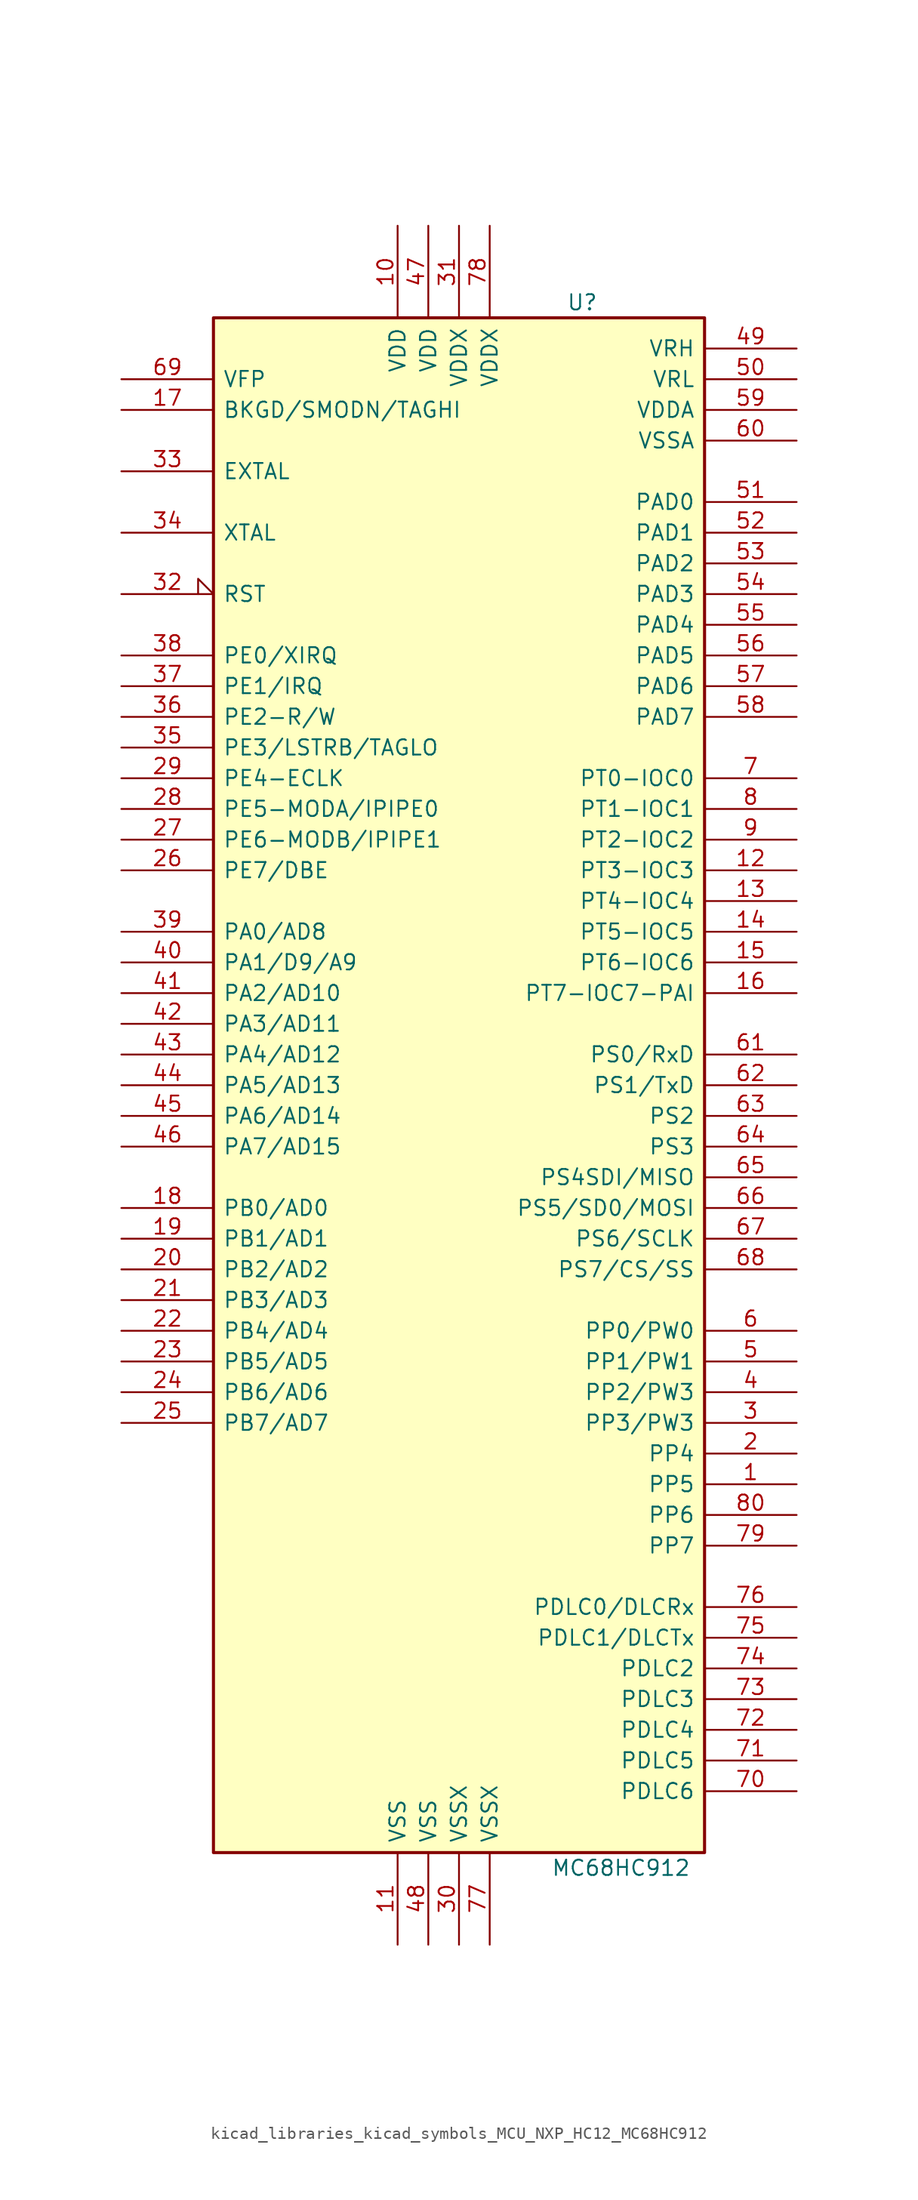
<source format=kicad_sym>
(kicad_symbol_lib
  (version 20220914)
  (generator kicad_symbol_editor)
  (symbol "kicad_libraries_kicad_symbols_MCU_NXP_HC12_MC68HC912"
    (pin_names
      (offset 0.762))
    (property "Reference" "U"
      (at 8.89 67.31 0)
      (effects (font (size 1.27 1.27)) (justify left)))
    (property "Value" "MC68HC912"
      (at 7.62 -62.23 0)
      (effects (font (size 1.27 1.27)) (justify left)))
    (symbol "kicad_libraries_kicad_symbols_MCU_NXP_HC12_MC68HC912_0_1"
      (rectangle (start -20.32 -60.96) (end 20.32 66.04) (stroke (width 0.254) (type default)) (fill (type background))))
    (symbol "kicad_libraries_kicad_symbols_MCU_NXP_HC12_MC68HC912_1_1"
      (pin bidirectional line (at 27.94 -30.48 180) (length 7.62) (name "PP5" (effects (font (size 1.27 1.27)))) (number "1" (effects (font (size 1.27 1.27)))))
      (pin power_in line (at -5.08 73.66 270) (length 7.62) (name "VDD" (effects (font (size 1.27 1.27)))) (number "10" (effects (font (size 1.27 1.27)))))
      (pin power_in line (at -5.08 -68.58 90) (length 7.62) (name "VSS" (effects (font (size 1.27 1.27)))) (number "11" (effects (font (size 1.27 1.27)))))
      (pin bidirectional line (at 27.94 20.32 180) (length 7.62) (name "PT3-IOC3" (effects (font (size 1.27 1.27)))) (number "12" (effects (font (size 1.27 1.27)))))
      (pin bidirectional line (at 27.94 17.78 180) (length 7.62) (name "PT4-IOC4" (effects (font (size 1.27 1.27)))) (number "13" (effects (font (size 1.27 1.27)))))
      (pin bidirectional line (at 27.94 15.24 180) (length 7.62) (name "PT5-IOC5" (effects (font (size 1.27 1.27)))) (number "14" (effects (font (size 1.27 1.27)))))
      (pin bidirectional line (at 27.94 12.7 180) (length 7.62) (name "PT6-IOC6" (effects (font (size 1.27 1.27)))) (number "15" (effects (font (size 1.27 1.27)))))
      (pin bidirectional line (at 27.94 10.16 180) (length 7.62) (name "PT7-IOC7-PAI" (effects (font (size 1.27 1.27)))) (number "16" (effects (font (size 1.27 1.27)))))
      (pin bidirectional line (at -27.94 58.42 0) (length 7.62) (name "BKGD/SMODN/TAGHI" (effects (font (size 1.27 1.27)))) (number "17" (effects (font (size 1.27 1.27)))))
      (pin bidirectional line (at -27.94 -7.62 0) (length 7.62) (name "PB0/AD0" (effects (font (size 1.27 1.27)))) (number "18" (effects (font (size 1.27 1.27)))))
      (pin bidirectional line (at -27.94 -10.16 0) (length 7.62) (name "PB1/AD1" (effects (font (size 1.27 1.27)))) (number "19" (effects (font (size 1.27 1.27)))))
      (pin bidirectional line (at 27.94 -27.94 180) (length 7.62) (name "PP4" (effects (font (size 1.27 1.27)))) (number "2" (effects (font (size 1.27 1.27)))))
      (pin bidirectional line (at -27.94 -12.7 0) (length 7.62) (name "PB2/AD2" (effects (font (size 1.27 1.27)))) (number "20" (effects (font (size 1.27 1.27)))))
      (pin bidirectional line (at -27.94 -15.24 0) (length 7.62) (name "PB3/AD3" (effects (font (size 1.27 1.27)))) (number "21" (effects (font (size 1.27 1.27)))))
      (pin bidirectional line (at -27.94 -17.78 0) (length 7.62) (name "PB4/AD4" (effects (font (size 1.27 1.27)))) (number "22" (effects (font (size 1.27 1.27)))))
      (pin bidirectional line (at -27.94 -20.32 0) (length 7.62) (name "PB5/AD5" (effects (font (size 1.27 1.27)))) (number "23" (effects (font (size 1.27 1.27)))))
      (pin bidirectional line (at -27.94 -22.86 0) (length 7.62) (name "PB6/AD6" (effects (font (size 1.27 1.27)))) (number "24" (effects (font (size 1.27 1.27)))))
      (pin bidirectional line (at -27.94 -25.4 0) (length 7.62) (name "PB7/AD7" (effects (font (size 1.27 1.27)))) (number "25" (effects (font (size 1.27 1.27)))))
      (pin bidirectional line (at -27.94 20.32 0) (length 7.62) (name "PE7/DBE" (effects (font (size 1.27 1.27)))) (number "26" (effects (font (size 1.27 1.27)))))
      (pin bidirectional line (at -27.94 22.86 0) (length 7.62) (name "PE6-MODB/IPIPE1" (effects (font (size 1.27 1.27)))) (number "27" (effects (font (size 1.27 1.27)))))
      (pin bidirectional line (at -27.94 25.4 0) (length 7.62) (name "PE5-MODA/IPIPE0" (effects (font (size 1.27 1.27)))) (number "28" (effects (font (size 1.27 1.27)))))
      (pin bidirectional line (at -27.94 27.94 0) (length 7.62) (name "PE4-ECLK" (effects (font (size 1.27 1.27)))) (number "29" (effects (font (size 1.27 1.27)))))
      (pin bidirectional line (at 27.94 -25.4 180) (length 7.62) (name "PP3/PW3" (effects (font (size 1.27 1.27)))) (number "3" (effects (font (size 1.27 1.27)))))
      (pin power_in line (at 0 -68.58 90) (length 7.62) (name "VSSX" (effects (font (size 1.27 1.27)))) (number "30" (effects (font (size 1.27 1.27)))))
      (pin power_in line (at 0 73.66 270) (length 7.62) (name "VDDX" (effects (font (size 1.27 1.27)))) (number "31" (effects (font (size 1.27 1.27)))))
      (pin bidirectional input_low (at -27.94 43.18 0) (length 7.62) (name "RST" (effects (font (size 1.27 1.27)))) (number "32" (effects (font (size 1.27 1.27)))))
      (pin input line (at -27.94 53.34 0) (length 7.62) (name "EXTAL" (effects (font (size 1.27 1.27)))) (number "33" (effects (font (size 1.27 1.27)))))
      (pin output line (at -27.94 48.26 0) (length 7.62) (name "XTAL" (effects (font (size 1.27 1.27)))) (number "34" (effects (font (size 1.27 1.27)))))
      (pin bidirectional line (at -27.94 30.48 0) (length 7.62) (name "PE3/LSTRB/TAGLO" (effects (font (size 1.27 1.27)))) (number "35" (effects (font (size 1.27 1.27)))))
      (pin bidirectional line (at -27.94 33.02 0) (length 7.62) (name "PE2-R/W" (effects (font (size 1.27 1.27)))) (number "36" (effects (font (size 1.27 1.27)))))
      (pin input line (at -27.94 35.56 0) (length 7.62) (name "PE1/IRQ" (effects (font (size 1.27 1.27)))) (number "37" (effects (font (size 1.27 1.27)))))
      (pin input line (at -27.94 38.1 0) (length 7.62) (name "PE0/XIRQ" (effects (font (size 1.27 1.27)))) (number "38" (effects (font (size 1.27 1.27)))))
      (pin bidirectional line (at -27.94 15.24 0) (length 7.62) (name "PA0/AD8" (effects (font (size 1.27 1.27)))) (number "39" (effects (font (size 1.27 1.27)))))
      (pin bidirectional line (at 27.94 -22.86 180) (length 7.62) (name "PP2/PW3" (effects (font (size 1.27 1.27)))) (number "4" (effects (font (size 1.27 1.27)))))
      (pin bidirectional line (at -27.94 12.7 0) (length 7.62) (name "PA1/D9/A9" (effects (font (size 1.27 1.27)))) (number "40" (effects (font (size 1.27 1.27)))))
      (pin bidirectional line (at -27.94 10.16 0) (length 7.62) (name "PA2/AD10" (effects (font (size 1.27 1.27)))) (number "41" (effects (font (size 1.27 1.27)))))
      (pin bidirectional line (at -27.94 7.62 0) (length 7.62) (name "PA3/AD11" (effects (font (size 1.27 1.27)))) (number "42" (effects (font (size 1.27 1.27)))))
      (pin bidirectional line (at -27.94 5.08 0) (length 7.62) (name "PA4/AD12" (effects (font (size 1.27 1.27)))) (number "43" (effects (font (size 1.27 1.27)))))
      (pin bidirectional line (at -27.94 2.54 0) (length 7.62) (name "PA5/AD13" (effects (font (size 1.27 1.27)))) (number "44" (effects (font (size 1.27 1.27)))))
      (pin bidirectional line (at -27.94 0 0) (length 7.62) (name "PA6/AD14" (effects (font (size 1.27 1.27)))) (number "45" (effects (font (size 1.27 1.27)))))
      (pin bidirectional line (at -27.94 -2.54 0) (length 7.62) (name "PA7/AD15" (effects (font (size 1.27 1.27)))) (number "46" (effects (font (size 1.27 1.27)))))
      (pin power_in line (at -2.54 73.66 270) (length 7.62) (name "VDD" (effects (font (size 1.27 1.27)))) (number "47" (effects (font (size 1.27 1.27)))))
      (pin power_in line (at -2.54 -68.58 90) (length 7.62) (name "VSS" (effects (font (size 1.27 1.27)))) (number "48" (effects (font (size 1.27 1.27)))))
      (pin input line (at 27.94 63.5 180) (length 7.62) (name "VRH" (effects (font (size 1.27 1.27)))) (number "49" (effects (font (size 1.27 1.27)))))
      (pin bidirectional line (at 27.94 -20.32 180) (length 7.62) (name "PP1/PW1" (effects (font (size 1.27 1.27)))) (number "5" (effects (font (size 1.27 1.27)))))
      (pin input line (at 27.94 60.96 180) (length 7.62) (name "VRL" (effects (font (size 1.27 1.27)))) (number "50" (effects (font (size 1.27 1.27)))))
      (pin input line (at 27.94 50.8 180) (length 7.62) (name "PAD0" (effects (font (size 1.27 1.27)))) (number "51" (effects (font (size 1.27 1.27)))))
      (pin input line (at 27.94 48.26 180) (length 7.62) (name "PAD1" (effects (font (size 1.27 1.27)))) (number "52" (effects (font (size 1.27 1.27)))))
      (pin input line (at 27.94 45.72 180) (length 7.62) (name "PAD2" (effects (font (size 1.27 1.27)))) (number "53" (effects (font (size 1.27 1.27)))))
      (pin input line (at 27.94 43.18 180) (length 7.62) (name "PAD3" (effects (font (size 1.27 1.27)))) (number "54" (effects (font (size 1.27 1.27)))))
      (pin input line (at 27.94 40.64 180) (length 7.62) (name "PAD4" (effects (font (size 1.27 1.27)))) (number "55" (effects (font (size 1.27 1.27)))))
      (pin input line (at 27.94 38.1 180) (length 7.62) (name "PAD5" (effects (font (size 1.27 1.27)))) (number "56" (effects (font (size 1.27 1.27)))))
      (pin input line (at 27.94 35.56 180) (length 7.62) (name "PAD6" (effects (font (size 1.27 1.27)))) (number "57" (effects (font (size 1.27 1.27)))))
      (pin input line (at 27.94 33.02 180) (length 7.62) (name "PAD7" (effects (font (size 1.27 1.27)))) (number "58" (effects (font (size 1.27 1.27)))))
      (pin input line (at 27.94 58.42 180) (length 7.62) (name "VDDA" (effects (font (size 1.27 1.27)))) (number "59" (effects (font (size 1.27 1.27)))))
      (pin bidirectional line (at 27.94 -17.78 180) (length 7.62) (name "PP0/PW0" (effects (font (size 1.27 1.27)))) (number "6" (effects (font (size 1.27 1.27)))))
      (pin input line (at 27.94 55.88 180) (length 7.62) (name "VSSA" (effects (font (size 1.27 1.27)))) (number "60" (effects (font (size 1.27 1.27)))))
      (pin bidirectional line (at 27.94 5.08 180) (length 7.62) (name "PS0/RxD" (effects (font (size 1.27 1.27)))) (number "61" (effects (font (size 1.27 1.27)))))
      (pin bidirectional line (at 27.94 2.54 180) (length 7.62) (name "PS1/TxD" (effects (font (size 1.27 1.27)))) (number "62" (effects (font (size 1.27 1.27)))))
      (pin bidirectional line (at 27.94 0 180) (length 7.62) (name "PS2" (effects (font (size 1.27 1.27)))) (number "63" (effects (font (size 1.27 1.27)))))
      (pin bidirectional line (at 27.94 -2.54 180) (length 7.62) (name "PS3" (effects (font (size 1.27 1.27)))) (number "64" (effects (font (size 1.27 1.27)))))
      (pin bidirectional line (at 27.94 -5.08 180) (length 7.62) (name "PS4SDI/MISO" (effects (font (size 1.27 1.27)))) (number "65" (effects (font (size 1.27 1.27)))))
      (pin bidirectional line (at 27.94 -7.62 180) (length 7.62) (name "PS5/SD0/MOSI" (effects (font (size 1.27 1.27)))) (number "66" (effects (font (size 1.27 1.27)))))
      (pin bidirectional line (at 27.94 -10.16 180) (length 7.62) (name "PS6/SCLK" (effects (font (size 1.27 1.27)))) (number "67" (effects (font (size 1.27 1.27)))))
      (pin bidirectional line (at 27.94 -12.7 180) (length 7.62) (name "PS7/CS/SS" (effects (font (size 1.27 1.27)))) (number "68" (effects (font (size 1.27 1.27)))))
      (pin input line (at -27.94 60.96 0) (length 7.62) (name "VFP" (effects (font (size 1.27 1.27)))) (number "69" (effects (font (size 1.27 1.27)))))
      (pin bidirectional line (at 27.94 27.94 180) (length 7.62) (name "PT0-IOC0" (effects (font (size 1.27 1.27)))) (number "7" (effects (font (size 1.27 1.27)))))
      (pin bidirectional line (at 27.94 -55.88 180) (length 7.62) (name "PDLC6" (effects (font (size 1.27 1.27)))) (number "70" (effects (font (size 1.27 1.27)))))
      (pin bidirectional line (at 27.94 -53.34 180) (length 7.62) (name "PDLC5" (effects (font (size 1.27 1.27)))) (number "71" (effects (font (size 1.27 1.27)))))
      (pin bidirectional line (at 27.94 -50.8 180) (length 7.62) (name "PDLC4" (effects (font (size 1.27 1.27)))) (number "72" (effects (font (size 1.27 1.27)))))
      (pin bidirectional line (at 27.94 -48.26 180) (length 7.62) (name "PDLC3" (effects (font (size 1.27 1.27)))) (number "73" (effects (font (size 1.27 1.27)))))
      (pin bidirectional line (at 27.94 -45.72 180) (length 7.62) (name "PDLC2" (effects (font (size 1.27 1.27)))) (number "74" (effects (font (size 1.27 1.27)))))
      (pin bidirectional line (at 27.94 -43.18 180) (length 7.62) (name "PDLC1/DLCTx" (effects (font (size 1.27 1.27)))) (number "75" (effects (font (size 1.27 1.27)))))
      (pin bidirectional line (at 27.94 -40.64 180) (length 7.62) (name "PDLC0/DLCRx" (effects (font (size 1.27 1.27)))) (number "76" (effects (font (size 1.27 1.27)))))
      (pin power_in line (at 2.54 -68.58 90) (length 7.62) (name "VSSX" (effects (font (size 1.27 1.27)))) (number "77" (effects (font (size 1.27 1.27)))))
      (pin power_in line (at 2.54 73.66 270) (length 7.62) (name "VDDX" (effects (font (size 1.27 1.27)))) (number "78" (effects (font (size 1.27 1.27)))))
      (pin bidirectional line (at 27.94 -35.56 180) (length 7.62) (name "PP7" (effects (font (size 1.27 1.27)))) (number "79" (effects (font (size 1.27 1.27)))))
      (pin bidirectional line (at 27.94 25.4 180) (length 7.62) (name "PT1-IOC1" (effects (font (size 1.27 1.27)))) (number "8" (effects (font (size 1.27 1.27)))))
      (pin bidirectional line (at 27.94 -33.02 180) (length 7.62) (name "PP6" (effects (font (size 1.27 1.27)))) (number "80" (effects (font (size 1.27 1.27)))))
      (pin bidirectional line (at 27.94 22.86 180) (length 7.62) (name "PT2-IOC2" (effects (font (size 1.27 1.27)))) (number "9" (effects (font (size 1.27 1.27))))))))
</source>
